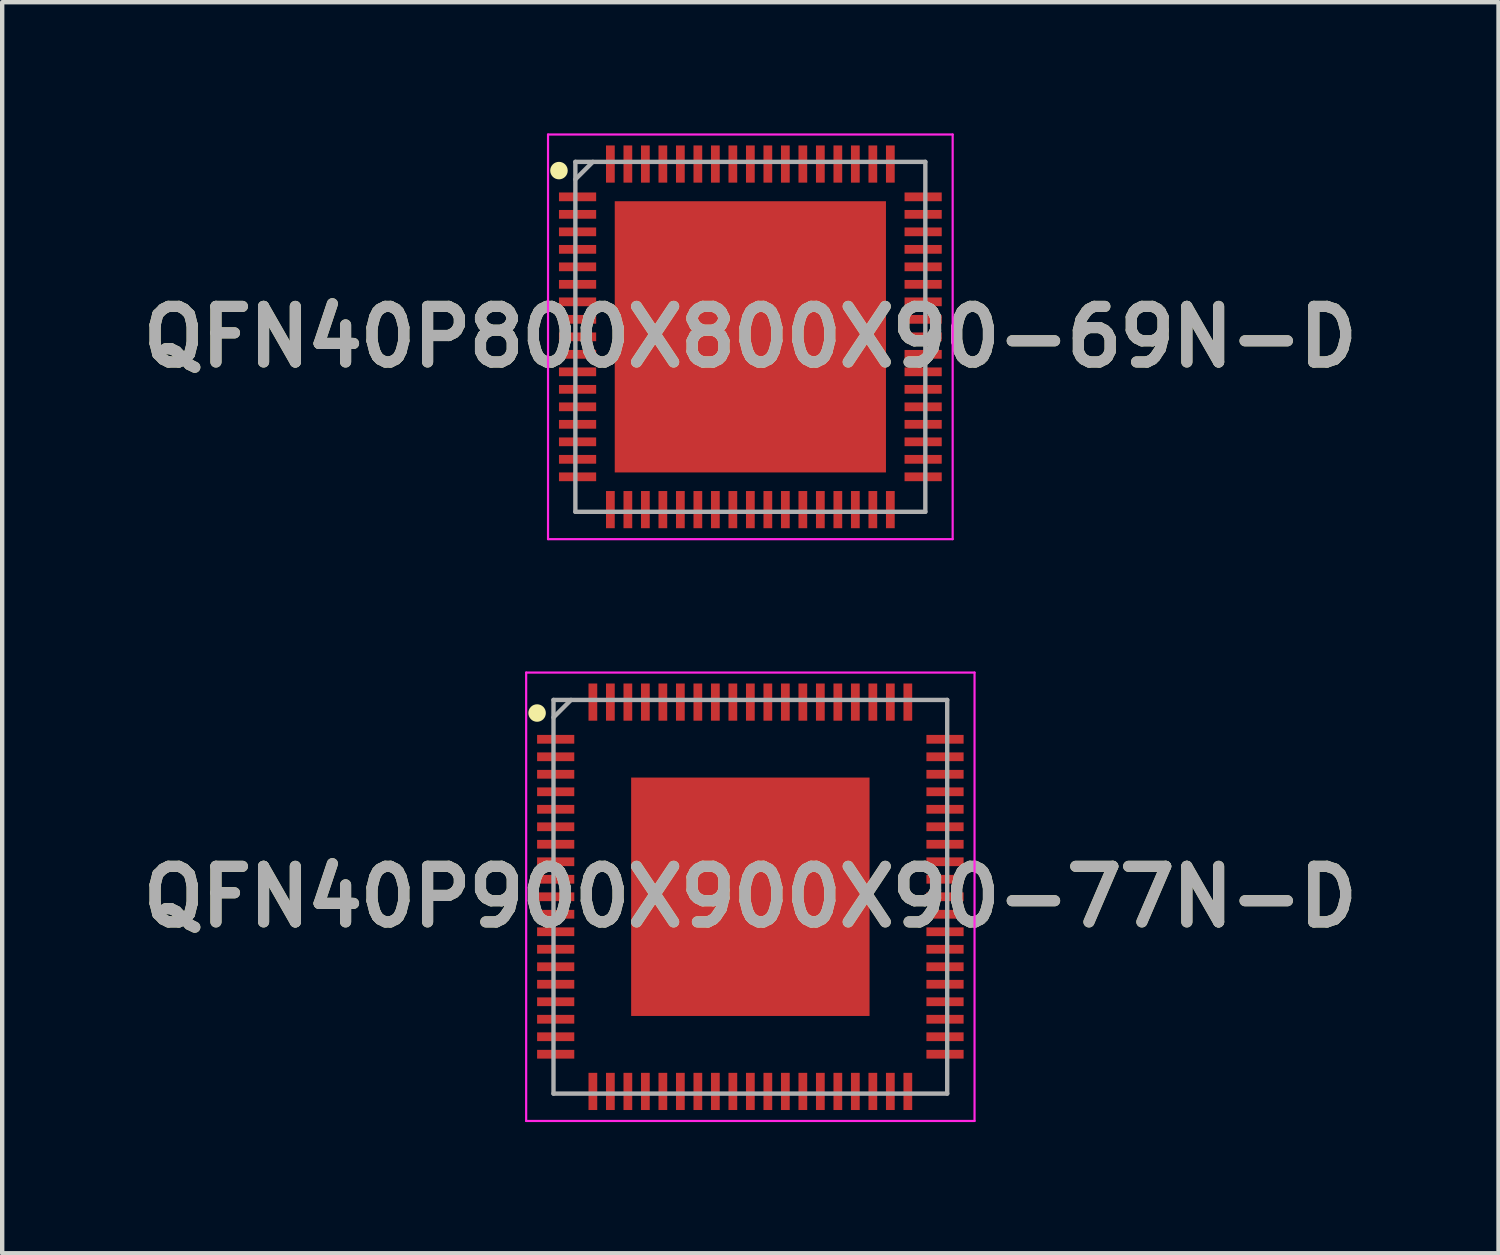
<source format=kicad_pcb>
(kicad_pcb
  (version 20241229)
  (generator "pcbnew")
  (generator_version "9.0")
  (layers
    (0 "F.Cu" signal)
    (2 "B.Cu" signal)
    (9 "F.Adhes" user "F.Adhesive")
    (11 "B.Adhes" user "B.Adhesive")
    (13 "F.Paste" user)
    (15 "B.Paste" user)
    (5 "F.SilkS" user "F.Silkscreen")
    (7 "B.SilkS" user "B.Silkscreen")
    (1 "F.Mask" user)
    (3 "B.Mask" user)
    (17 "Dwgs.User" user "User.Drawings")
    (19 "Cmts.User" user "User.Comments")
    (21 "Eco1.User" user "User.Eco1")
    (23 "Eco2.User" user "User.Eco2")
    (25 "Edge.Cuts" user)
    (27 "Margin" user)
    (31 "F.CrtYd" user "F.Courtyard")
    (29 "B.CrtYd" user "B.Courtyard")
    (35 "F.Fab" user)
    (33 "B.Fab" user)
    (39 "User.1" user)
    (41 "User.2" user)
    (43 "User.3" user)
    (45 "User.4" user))
  (footprint "QFN40P900X900X90-77N-D"
    (layer "F.Cu")
    (at 14.103 17.45)
    (property "Reference" "QFN40P900X900X90-77N-D" (at 0 0 0) (layer "F.SilkS") (effects (font (size 1.27 1.27) (thickness 0.254))))
    (attr smd)
    (fp_circle (center -4.875 -4.2) (end -4.875 -4.1) (stroke (width 0.2) (type solid)) (fill no) (layer "F.SilkS"))
    (fp_line (start -5.125 -5.125) (end 5.125 -5.125) (stroke (width 0.05) (type solid)) (layer "F.CrtYd"))
    (fp_line (start -5.125 5.125) (end -5.125 -5.125) (stroke (width 0.05) (type solid)) (layer "F.CrtYd"))
    (fp_line (start 5.125 -5.125) (end 5.125 5.125) (stroke (width 0.05) (type solid)) (layer "F.CrtYd"))
    (fp_line (start 5.125 5.125) (end -5.125 5.125) (stroke (width 0.05) (type solid)) (layer "F.CrtYd"))
    (fp_line (start -4.5 -4.5) (end 4.5 -4.5) (stroke (width 0.1) (type solid)) (layer "F.Fab"))
    (fp_line (start -4.5 -4.1) (end -4.1 -4.5) (stroke (width 0.1) (type solid)) (layer "F.Fab"))
    (fp_line (start -4.5 4.5) (end -4.5 -4.5) (stroke (width 0.1) (type solid)) (layer "F.Fab"))
    (fp_line (start 4.5 -4.5) (end 4.5 4.5) (stroke (width 0.1) (type solid)) (layer "F.Fab"))
    (fp_line (start 4.5 4.5) (end -4.5 4.5) (stroke (width 0.1) (type solid)) (layer "F.Fab"))
    (fp_text user "${REFERENCE}" (at 0 0 0) (layer "F.Fab") (effects (font (size 1.27 1.27) (thickness 0.254))))
    (pad "1" smd rect (at -4.45 -3.6 90) (size 0.2 0.85) (layers "F.Cu" "F.Mask" "F.Paste"))
    (pad "2" smd rect (at -4.45 -3.2 90) (size 0.2 0.85) (layers "F.Cu" "F.Mask" "F.Paste"))
    (pad "3" smd rect (at -4.45 -2.8 90) (size 0.2 0.85) (layers "F.Cu" "F.Mask" "F.Paste"))
    (pad "4" smd rect (at -4.45 -2.4 90) (size 0.2 0.85) (layers "F.Cu" "F.Mask" "F.Paste"))
    (pad "5" smd rect (at -4.45 -2 90) (size 0.2 0.85) (layers "F.Cu" "F.Mask" "F.Paste"))
    (pad "6" smd rect (at -4.45 -1.6 90) (size 0.2 0.85) (layers "F.Cu" "F.Mask" "F.Paste"))
    (pad "7" smd rect (at -4.45 -1.2 90) (size 0.2 0.85) (layers "F.Cu" "F.Mask" "F.Paste"))
    (pad "8" smd rect (at -4.45 -0.8 90) (size 0.2 0.85) (layers "F.Cu" "F.Mask" "F.Paste"))
    (pad "9" smd rect (at -4.45 -0.4 90) (size 0.2 0.85) (layers "F.Cu" "F.Mask" "F.Paste"))
    (pad "10" smd rect (at -4.45 0 90) (size 0.2 0.85) (layers "F.Cu" "F.Mask" "F.Paste"))
    (pad "11" smd rect (at -4.45 0.4 90) (size 0.2 0.85) (layers "F.Cu" "F.Mask" "F.Paste"))
    (pad "12" smd rect (at -4.45 0.8 90) (size 0.2 0.85) (layers "F.Cu" "F.Mask" "F.Paste"))
    (pad "13" smd rect (at -4.45 1.2 90) (size 0.2 0.85) (layers "F.Cu" "F.Mask" "F.Paste"))
    (pad "14" smd rect (at -4.45 1.6 90) (size 0.2 0.85) (layers "F.Cu" "F.Mask" "F.Paste"))
    (pad "15" smd rect (at -4.45 2 90) (size 0.2 0.85) (layers "F.Cu" "F.Mask" "F.Paste"))
    (pad "16" smd rect (at -4.45 2.4 90) (size 0.2 0.85) (layers "F.Cu" "F.Mask" "F.Paste"))
    (pad "17" smd rect (at -4.45 2.8 90) (size 0.2 0.85) (layers "F.Cu" "F.Mask" "F.Paste"))
    (pad "18" smd rect (at -4.45 3.2 90) (size 0.2 0.85) (layers "F.Cu" "F.Mask" "F.Paste"))
    (pad "19" smd rect (at -4.45 3.6 90) (size 0.2 0.85) (layers "F.Cu" "F.Mask" "F.Paste"))
    (pad "20" smd rect (at -3.6 4.45) (size 0.2 0.85) (layers "F.Cu" "F.Mask" "F.Paste"))
    (pad "21" smd rect (at -3.2 4.45) (size 0.2 0.85) (layers "F.Cu" "F.Mask" "F.Paste"))
    (pad "22" smd rect (at -2.8 4.45) (size 0.2 0.85) (layers "F.Cu" "F.Mask" "F.Paste"))
    (pad "23" smd rect (at -2.4 4.45) (size 0.2 0.85) (layers "F.Cu" "F.Mask" "F.Paste"))
    (pad "24" smd rect (at -2 4.45) (size 0.2 0.85) (layers "F.Cu" "F.Mask" "F.Paste"))
    (pad "25" smd rect (at -1.6 4.45) (size 0.2 0.85) (layers "F.Cu" "F.Mask" "F.Paste"))
    (pad "26" smd rect (at -1.2 4.45) (size 0.2 0.85) (layers "F.Cu" "F.Mask" "F.Paste"))
    (pad "27" smd rect (at -0.8 4.45) (size 0.2 0.85) (layers "F.Cu" "F.Mask" "F.Paste"))
    (pad "28" smd rect (at -0.4 4.45) (size 0.2 0.85) (layers "F.Cu" "F.Mask" "F.Paste"))
    (pad "29" smd rect (at 0 4.45) (size 0.2 0.85) (layers "F.Cu" "F.Mask" "F.Paste"))
    (pad "30" smd rect (at 0.4 4.45) (size 0.2 0.85) (layers "F.Cu" "F.Mask" "F.Paste"))
    (pad "31" smd rect (at 0.8 4.45) (size 0.2 0.85) (layers "F.Cu" "F.Mask" "F.Paste"))
    (pad "32" smd rect (at 1.2 4.45) (size 0.2 0.85) (layers "F.Cu" "F.Mask" "F.Paste"))
    (pad "33" smd rect (at 1.6 4.45) (size 0.2 0.85) (layers "F.Cu" "F.Mask" "F.Paste"))
    (pad "34" smd rect (at 2 4.45) (size 0.2 0.85) (layers "F.Cu" "F.Mask" "F.Paste"))
    (pad "35" smd rect (at 2.4 4.45) (size 0.2 0.85) (layers "F.Cu" "F.Mask" "F.Paste"))
    (pad "36" smd rect (at 2.8 4.45) (size 0.2 0.85) (layers "F.Cu" "F.Mask" "F.Paste"))
    (pad "37" smd rect (at 3.2 4.45) (size 0.2 0.85) (layers "F.Cu" "F.Mask" "F.Paste"))
    (pad "38" smd rect (at 3.6 4.45) (size 0.2 0.85) (layers "F.Cu" "F.Mask" "F.Paste"))
    (pad "39" smd rect (at 4.45 3.6 90) (size 0.2 0.85) (layers "F.Cu" "F.Mask" "F.Paste"))
    (pad "40" smd rect (at 4.45 3.2 90) (size 0.2 0.85) (layers "F.Cu" "F.Mask" "F.Paste"))
    (pad "41" smd rect (at 4.45 2.8 90) (size 0.2 0.85) (layers "F.Cu" "F.Mask" "F.Paste"))
    (pad "42" smd rect (at 4.45 2.4 90) (size 0.2 0.85) (layers "F.Cu" "F.Mask" "F.Paste"))
    (pad "43" smd rect (at 4.45 2 90) (size 0.2 0.85) (layers "F.Cu" "F.Mask" "F.Paste"))
    (pad "44" smd rect (at 4.45 1.6 90) (size 0.2 0.85) (layers "F.Cu" "F.Mask" "F.Paste"))
    (pad "45" smd rect (at 4.45 1.2 90) (size 0.2 0.85) (layers "F.Cu" "F.Mask" "F.Paste"))
    (pad "46" smd rect (at 4.45 0.8 90) (size 0.2 0.85) (layers "F.Cu" "F.Mask" "F.Paste"))
    (pad "47" smd rect (at 4.45 0.4 90) (size 0.2 0.85) (layers "F.Cu" "F.Mask" "F.Paste"))
    (pad "48" smd rect (at 4.45 0 90) (size 0.2 0.85) (layers "F.Cu" "F.Mask" "F.Paste"))
    (pad "49" smd rect (at 4.45 -0.4 90) (size 0.2 0.85) (layers "F.Cu" "F.Mask" "F.Paste"))
    (pad "50" smd rect (at 4.45 -0.8 90) (size 0.2 0.85) (layers "F.Cu" "F.Mask" "F.Paste"))
    (pad "51" smd rect (at 4.45 -1.2 90) (size 0.2 0.85) (layers "F.Cu" "F.Mask" "F.Paste"))
    (pad "52" smd rect (at 4.45 -1.6 90) (size 0.2 0.85) (layers "F.Cu" "F.Mask" "F.Paste"))
    (pad "53" smd rect (at 4.45 -2 90) (size 0.2 0.85) (layers "F.Cu" "F.Mask" "F.Paste"))
    (pad "54" smd rect (at 4.45 -2.4 90) (size 0.2 0.85) (layers "F.Cu" "F.Mask" "F.Paste"))
    (pad "55" smd rect (at 4.45 -2.8 90) (size 0.2 0.85) (layers "F.Cu" "F.Mask" "F.Paste"))
    (pad "56" smd rect (at 4.45 -3.2 90) (size 0.2 0.85) (layers "F.Cu" "F.Mask" "F.Paste"))
    (pad "57" smd rect (at 4.45 -3.6 90) (size 0.2 0.85) (layers "F.Cu" "F.Mask" "F.Paste"))
    (pad "58" smd rect (at 3.6 -4.45) (size 0.2 0.85) (layers "F.Cu" "F.Mask" "F.Paste"))
    (pad "59" smd rect (at 3.2 -4.45) (size 0.2 0.85) (layers "F.Cu" "F.Mask" "F.Paste"))
    (pad "60" smd rect (at 2.8 -4.45) (size 0.2 0.85) (layers "F.Cu" "F.Mask" "F.Paste"))
    (pad "61" smd rect (at 2.4 -4.45) (size 0.2 0.85) (layers "F.Cu" "F.Mask" "F.Paste"))
    (pad "62" smd rect (at 2 -4.45) (size 0.2 0.85) (layers "F.Cu" "F.Mask" "F.Paste"))
    (pad "63" smd rect (at 1.6 -4.45) (size 0.2 0.85) (layers "F.Cu" "F.Mask" "F.Paste"))
    (pad "64" smd rect (at 1.2 -4.45) (size 0.2 0.85) (layers "F.Cu" "F.Mask" "F.Paste"))
    (pad "65" smd rect (at 0.8 -4.45) (size 0.2 0.85) (layers "F.Cu" "F.Mask" "F.Paste"))
    (pad "66" smd rect (at 0.4 -4.45) (size 0.2 0.85) (layers "F.Cu" "F.Mask" "F.Paste"))
    (pad "67" smd rect (at 0 -4.45) (size 0.2 0.85) (layers "F.Cu" "F.Mask" "F.Paste"))
    (pad "68" smd rect (at -0.4 -4.45) (size 0.2 0.85) (layers "F.Cu" "F.Mask" "F.Paste"))
    (pad "69" smd rect (at -0.8 -4.45) (size 0.2 0.85) (layers "F.Cu" "F.Mask" "F.Paste"))
    (pad "70" smd rect (at -1.2 -4.45) (size 0.2 0.85) (layers "F.Cu" "F.Mask" "F.Paste"))
    (pad "71" smd rect (at -1.6 -4.45) (size 0.2 0.85) (layers "F.Cu" "F.Mask" "F.Paste"))
    (pad "72" smd rect (at -2 -4.45) (size 0.2 0.85) (layers "F.Cu" "F.Mask" "F.Paste"))
    (pad "73" smd rect (at -2.4 -4.45) (size 0.2 0.85) (layers "F.Cu" "F.Mask" "F.Paste"))
    (pad "74" smd rect (at -2.8 -4.45) (size 0.2 0.85) (layers "F.Cu" "F.Mask" "F.Paste"))
    (pad "75" smd rect (at -3.2 -4.45) (size 0.2 0.85) (layers "F.Cu" "F.Mask" "F.Paste"))
    (pad "76" smd rect (at -3.6 -4.45) (size 0.2 0.85) (layers "F.Cu" "F.Mask" "F.Paste"))
    (pad "77" smd rect (at 0 0) (size 5.45 5.45) (layers "F.Cu" "F.Mask" "F.Paste")))
  (footprint "QFN40P800X800X90-69N-D"
    (layer "F.Cu")
    (at 14.103 4.65)
    (property "Reference" "QFN40P800X800X90-69N-D" (at 0 0 0) (layer "F.SilkS") (effects (font (size 1.27 1.27) (thickness 0.254))))
    (attr smd)
    (fp_circle (center -4.375 -3.8) (end -4.375 -3.7) (stroke (width 0.2) (type solid)) (fill no) (layer "F.SilkS"))
    (fp_line (start -4.625 -4.625) (end 4.625 -4.625) (stroke (width 0.05) (type solid)) (layer "F.CrtYd"))
    (fp_line (start -4.625 4.625) (end -4.625 -4.625) (stroke (width 0.05) (type solid)) (layer "F.CrtYd"))
    (fp_line (start 4.625 -4.625) (end 4.625 4.625) (stroke (width 0.05) (type solid)) (layer "F.CrtYd"))
    (fp_line (start 4.625 4.625) (end -4.625 4.625) (stroke (width 0.05) (type solid)) (layer "F.CrtYd"))
    (fp_line (start -4 -4) (end 4 -4) (stroke (width 0.1) (type solid)) (layer "F.Fab"))
    (fp_line (start -4 -3.6) (end -3.6 -4) (stroke (width 0.1) (type solid)) (layer "F.Fab"))
    (fp_line (start -4 4) (end -4 -4) (stroke (width 0.1) (type solid)) (layer "F.Fab"))
    (fp_line (start 4 -4) (end 4 4) (stroke (width 0.1) (type solid)) (layer "F.Fab"))
    (fp_line (start 4 4) (end -4 4) (stroke (width 0.1) (type solid)) (layer "F.Fab"))
    (fp_text user "${REFERENCE}" (at 0 0 0) (layer "F.Fab") (effects (font (size 1.27 1.27) (thickness 0.254))))
    (pad "1" smd rect (at -3.95 -3.2 90) (size 0.2 0.85) (layers "F.Cu" "F.Mask" "F.Paste"))
    (pad "2" smd rect (at -3.95 -2.8 90) (size 0.2 0.85) (layers "F.Cu" "F.Mask" "F.Paste"))
    (pad "3" smd rect (at -3.95 -2.4 90) (size 0.2 0.85) (layers "F.Cu" "F.Mask" "F.Paste"))
    (pad "4" smd rect (at -3.95 -2 90) (size 0.2 0.85) (layers "F.Cu" "F.Mask" "F.Paste"))
    (pad "5" smd rect (at -3.95 -1.6 90) (size 0.2 0.85) (layers "F.Cu" "F.Mask" "F.Paste"))
    (pad "6" smd rect (at -3.95 -1.2 90) (size 0.2 0.85) (layers "F.Cu" "F.Mask" "F.Paste"))
    (pad "7" smd rect (at -3.95 -0.8 90) (size 0.2 0.85) (layers "F.Cu" "F.Mask" "F.Paste"))
    (pad "8" smd rect (at -3.95 -0.4 90) (size 0.2 0.85) (layers "F.Cu" "F.Mask" "F.Paste"))
    (pad "9" smd rect (at -3.95 0 90) (size 0.2 0.85) (layers "F.Cu" "F.Mask" "F.Paste"))
    (pad "10" smd rect (at -3.95 0.4 90) (size 0.2 0.85) (layers "F.Cu" "F.Mask" "F.Paste"))
    (pad "11" smd rect (at -3.95 0.8 90) (size 0.2 0.85) (layers "F.Cu" "F.Mask" "F.Paste"))
    (pad "12" smd rect (at -3.95 1.2 90) (size 0.2 0.85) (layers "F.Cu" "F.Mask" "F.Paste"))
    (pad "13" smd rect (at -3.95 1.6 90) (size 0.2 0.85) (layers "F.Cu" "F.Mask" "F.Paste"))
    (pad "14" smd rect (at -3.95 2 90) (size 0.2 0.85) (layers "F.Cu" "F.Mask" "F.Paste"))
    (pad "15" smd rect (at -3.95 2.4 90) (size 0.2 0.85) (layers "F.Cu" "F.Mask" "F.Paste"))
    (pad "16" smd rect (at -3.95 2.8 90) (size 0.2 0.85) (layers "F.Cu" "F.Mask" "F.Paste"))
    (pad "17" smd rect (at -3.95 3.2 90) (size 0.2 0.85) (layers "F.Cu" "F.Mask" "F.Paste"))
    (pad "18" smd rect (at -3.2 3.95) (size 0.2 0.85) (layers "F.Cu" "F.Mask" "F.Paste"))
    (pad "19" smd rect (at -2.8 3.95) (size 0.2 0.85) (layers "F.Cu" "F.Mask" "F.Paste"))
    (pad "20" smd rect (at -2.4 3.95) (size 0.2 0.85) (layers "F.Cu" "F.Mask" "F.Paste"))
    (pad "21" smd rect (at -2 3.95) (size 0.2 0.85) (layers "F.Cu" "F.Mask" "F.Paste"))
    (pad "22" smd rect (at -1.6 3.95) (size 0.2 0.85) (layers "F.Cu" "F.Mask" "F.Paste"))
    (pad "23" smd rect (at -1.2 3.95) (size 0.2 0.85) (layers "F.Cu" "F.Mask" "F.Paste"))
    (pad "24" smd rect (at -0.8 3.95) (size 0.2 0.85) (layers "F.Cu" "F.Mask" "F.Paste"))
    (pad "25" smd rect (at -0.4 3.95) (size 0.2 0.85) (layers "F.Cu" "F.Mask" "F.Paste"))
    (pad "26" smd rect (at 0 3.95) (size 0.2 0.85) (layers "F.Cu" "F.Mask" "F.Paste"))
    (pad "27" smd rect (at 0.4 3.95) (size 0.2 0.85) (layers "F.Cu" "F.Mask" "F.Paste"))
    (pad "28" smd rect (at 0.8 3.95) (size 0.2 0.85) (layers "F.Cu" "F.Mask" "F.Paste"))
    (pad "29" smd rect (at 1.2 3.95) (size 0.2 0.85) (layers "F.Cu" "F.Mask" "F.Paste"))
    (pad "30" smd rect (at 1.6 3.95) (size 0.2 0.85) (layers "F.Cu" "F.Mask" "F.Paste"))
    (pad "31" smd rect (at 2 3.95) (size 0.2 0.85) (layers "F.Cu" "F.Mask" "F.Paste"))
    (pad "32" smd rect (at 2.4 3.95) (size 0.2 0.85) (layers "F.Cu" "F.Mask" "F.Paste"))
    (pad "33" smd rect (at 2.8 3.95) (size 0.2 0.85) (layers "F.Cu" "F.Mask" "F.Paste"))
    (pad "34" smd rect (at 3.2 3.95) (size 0.2 0.85) (layers "F.Cu" "F.Mask" "F.Paste"))
    (pad "35" smd rect (at 3.95 3.2 90) (size 0.2 0.85) (layers "F.Cu" "F.Mask" "F.Paste"))
    (pad "36" smd rect (at 3.95 2.8 90) (size 0.2 0.85) (layers "F.Cu" "F.Mask" "F.Paste"))
    (pad "37" smd rect (at 3.95 2.4 90) (size 0.2 0.85) (layers "F.Cu" "F.Mask" "F.Paste"))
    (pad "38" smd rect (at 3.95 2 90) (size 0.2 0.85) (layers "F.Cu" "F.Mask" "F.Paste"))
    (pad "39" smd rect (at 3.95 1.6 90) (size 0.2 0.85) (layers "F.Cu" "F.Mask" "F.Paste"))
    (pad "40" smd rect (at 3.95 1.2 90) (size 0.2 0.85) (layers "F.Cu" "F.Mask" "F.Paste"))
    (pad "41" smd rect (at 3.95 0.8 90) (size 0.2 0.85) (layers "F.Cu" "F.Mask" "F.Paste"))
    (pad "42" smd rect (at 3.95 0.4 90) (size 0.2 0.85) (layers "F.Cu" "F.Mask" "F.Paste"))
    (pad "43" smd rect (at 3.95 0 90) (size 0.2 0.85) (layers "F.Cu" "F.Mask" "F.Paste"))
    (pad "44" smd rect (at 3.95 -0.4 90) (size 0.2 0.85) (layers "F.Cu" "F.Mask" "F.Paste"))
    (pad "45" smd rect (at 3.95 -0.8 90) (size 0.2 0.85) (layers "F.Cu" "F.Mask" "F.Paste"))
    (pad "46" smd rect (at 3.95 -1.2 90) (size 0.2 0.85) (layers "F.Cu" "F.Mask" "F.Paste"))
    (pad "47" smd rect (at 3.95 -1.6 90) (size 0.2 0.85) (layers "F.Cu" "F.Mask" "F.Paste"))
    (pad "48" smd rect (at 3.95 -2 90) (size 0.2 0.85) (layers "F.Cu" "F.Mask" "F.Paste"))
    (pad "49" smd rect (at 3.95 -2.4 90) (size 0.2 0.85) (layers "F.Cu" "F.Mask" "F.Paste"))
    (pad "50" smd rect (at 3.95 -2.8 90) (size 0.2 0.85) (layers "F.Cu" "F.Mask" "F.Paste"))
    (pad "51" smd rect (at 3.95 -3.2 90) (size 0.2 0.85) (layers "F.Cu" "F.Mask" "F.Paste"))
    (pad "52" smd rect (at 3.2 -3.95) (size 0.2 0.85) (layers "F.Cu" "F.Mask" "F.Paste"))
    (pad "53" smd rect (at 2.8 -3.95) (size 0.2 0.85) (layers "F.Cu" "F.Mask" "F.Paste"))
    (pad "54" smd rect (at 2.4 -3.95) (size 0.2 0.85) (layers "F.Cu" "F.Mask" "F.Paste"))
    (pad "55" smd rect (at 2 -3.95) (size 0.2 0.85) (layers "F.Cu" "F.Mask" "F.Paste"))
    (pad "56" smd rect (at 1.6 -3.95) (size 0.2 0.85) (layers "F.Cu" "F.Mask" "F.Paste"))
    (pad "57" smd rect (at 1.2 -3.95) (size 0.2 0.85) (layers "F.Cu" "F.Mask" "F.Paste"))
    (pad "58" smd rect (at 0.8 -3.95) (size 0.2 0.85) (layers "F.Cu" "F.Mask" "F.Paste"))
    (pad "59" smd rect (at 0.4 -3.95) (size 0.2 0.85) (layers "F.Cu" "F.Mask" "F.Paste"))
    (pad "60" smd rect (at 0 -3.95) (size 0.2 0.85) (layers "F.Cu" "F.Mask" "F.Paste"))
    (pad "61" smd rect (at -0.4 -3.95) (size 0.2 0.85) (layers "F.Cu" "F.Mask" "F.Paste"))
    (pad "62" smd rect (at -0.8 -3.95) (size 0.2 0.85) (layers "F.Cu" "F.Mask" "F.Paste"))
    (pad "63" smd rect (at -1.2 -3.95) (size 0.2 0.85) (layers "F.Cu" "F.Mask" "F.Paste"))
    (pad "64" smd rect (at -1.6 -3.95) (size 0.2 0.85) (layers "F.Cu" "F.Mask" "F.Paste"))
    (pad "65" smd rect (at -2 -3.95) (size 0.2 0.85) (layers "F.Cu" "F.Mask" "F.Paste"))
    (pad "66" smd rect (at -2.4 -3.95) (size 0.2 0.85) (layers "F.Cu" "F.Mask" "F.Paste"))
    (pad "67" smd rect (at -2.8 -3.95) (size 0.2 0.85) (layers "F.Cu" "F.Mask" "F.Paste"))
    (pad "68" smd rect (at -3.2 -3.95) (size 0.2 0.85) (layers "F.Cu" "F.Mask" "F.Paste"))
    (pad "69" smd rect (at 0 0) (size 6.2 6.2) (layers "F.Cu" "F.Mask" "F.Paste")))
  (gr_rect
    (start -3 -3)
    (end 31.206 25.6)
    (stroke (width 0.1) (type default))
    (fill no)
    (layer "Edge.Cuts")))
</source>
